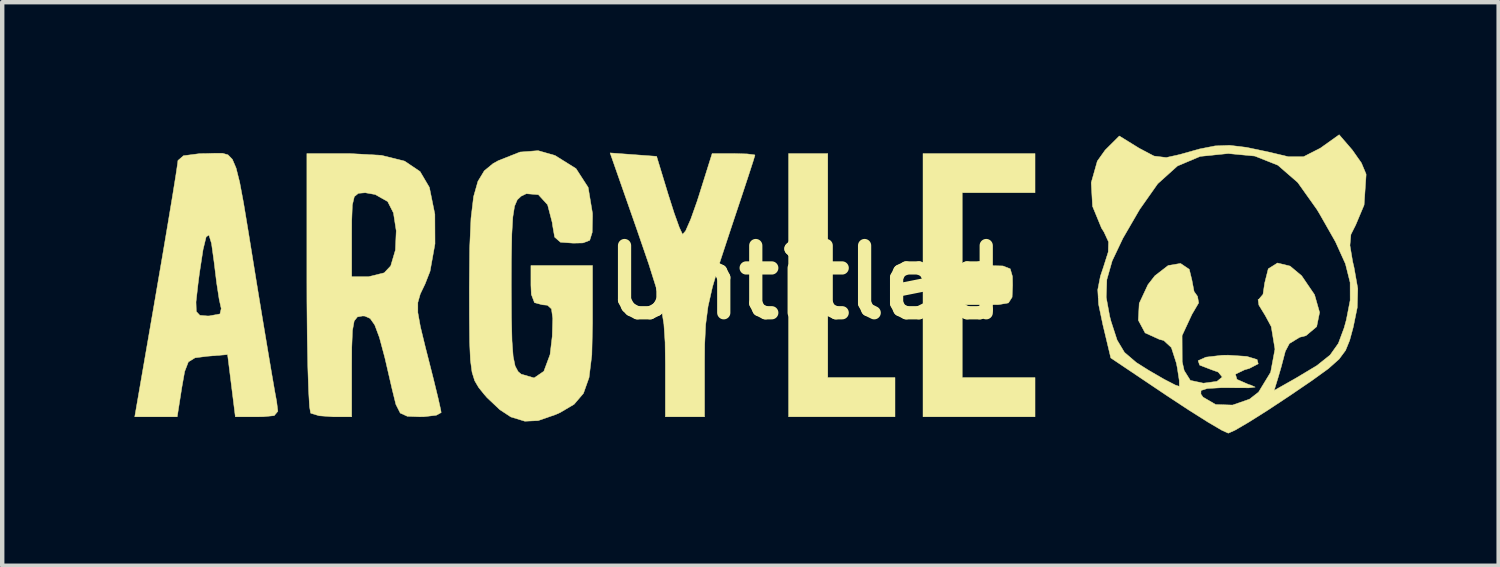
<source format=kicad_pcb>
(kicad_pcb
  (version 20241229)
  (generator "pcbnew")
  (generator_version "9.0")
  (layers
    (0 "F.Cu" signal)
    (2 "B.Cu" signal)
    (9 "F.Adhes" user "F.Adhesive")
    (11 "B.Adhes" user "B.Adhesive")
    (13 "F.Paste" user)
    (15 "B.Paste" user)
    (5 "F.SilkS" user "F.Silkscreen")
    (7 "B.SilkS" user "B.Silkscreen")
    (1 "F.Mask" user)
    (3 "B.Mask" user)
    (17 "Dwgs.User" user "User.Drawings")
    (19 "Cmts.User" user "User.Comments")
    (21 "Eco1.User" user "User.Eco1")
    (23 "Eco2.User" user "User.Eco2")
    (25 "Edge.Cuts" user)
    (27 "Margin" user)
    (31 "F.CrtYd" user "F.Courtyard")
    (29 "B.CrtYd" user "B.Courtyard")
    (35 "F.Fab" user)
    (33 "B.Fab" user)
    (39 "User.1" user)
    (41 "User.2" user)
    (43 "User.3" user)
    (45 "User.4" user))
  (footprint "Untitled"
    (layer "F.Cu")
    (at 15.211 3.352)
    (property "Reference" "Untitled" (at 0 0 0) (layer "F.SilkS") (effects (font (size 1.524 1.524) (thickness 0.3))))
    (attr through_hole)
    (fp_poly (pts (xy 0.508 2.159) (xy 2.032 2.159) (xy 2.032 3.048) (xy -0.381 3.048) (xy -0.381 -2.921) (xy 0.508 -2.921) (xy 0.508 2.159)) (stroke (width 0.01) (type solid)) (fill yes) (layer "F.SilkS"))
    (fp_poly (pts (xy 5.207 -2.032) (xy 3.556 -2.032) (xy 3.556 -0.381) (xy 4.128 -0.381) (xy 4.479 -0.372) (xy 4.645 -0.307) (xy 4.695 -0.134) (xy 4.699 0.064) (xy 4.687 0.337) (xy 4.604 0.466) (xy 4.382 0.505) (xy 4.128 0.508) (xy 3.556 0.508) (xy 3.556 2.159) (xy 5.207 2.159) (xy 5.207 3.048) (xy 2.667 3.048) (xy 2.667 -2.921) (xy 5.207 -2.921) (xy 5.207 -2.032)) (stroke (width 0.01) (type solid)) (fill yes) (layer "F.SilkS"))
    (fp_poly (pts (xy -3.9 -2.896) (xy -3.373 -2.857) (xy -3.115 -2.009) (xy -2.977 -1.576) (xy -2.859 -1.247) (xy -2.786 -1.091) (xy -2.784 -1.089) (xy -2.716 -1.166) (xy -2.598 -1.435) (xy -2.454 -1.841) (xy -2.413 -1.969) (xy -2.114 -2.921) (xy -1.629 -2.921) (xy -1.319 -2.912) (xy -1.152 -2.891) (xy -1.143 -2.884) (xy -1.181 -2.757) (xy -1.286 -2.433) (xy -1.443 -1.957) (xy -1.638 -1.372) (xy -1.714 -1.143) (xy -1.947 -0.435) (xy -2.107 0.105) (xy -2.207 0.546) (xy -2.261 0.958) (xy -2.283 1.411) (xy -2.286 1.804) (xy -2.286 3.048) (xy -3.175 3.048) (xy -3.175 1.848) (xy -3.181 1.357) (xy -3.208 0.95) (xy -3.27 0.561) (xy -3.38 0.128) (xy -3.551 -0.415) (xy -3.797 -1.13) (xy -3.801 -1.143) (xy -4.428 -2.935) (xy -3.9 -2.896)) (stroke (width 0.01) (type solid)) (fill yes) (layer "F.SilkS"))
    (fp_poly (pts (xy -13.216 -2.927) (xy -13.091 -2.891) (xy -12.992 -2.789) (xy -12.908 -2.592) (xy -12.827 -2.271) (xy -12.738 -1.796) (xy -12.629 -1.138) (xy -12.488 -0.267) (xy -12.445 0) (xy -12.319 0.766) (xy -12.202 1.467) (xy -12.103 2.055) (xy -12.029 2.483) (xy -11.989 2.699) (xy -11.961 2.923) (xy -12.044 3.022) (xy -12.298 3.047) (xy -12.421 3.048) (xy -12.925 3.048) (xy -13.101 1.637) (xy -13.567 1.676) (xy -13.839 1.711) (xy -13.99 1.804) (xy -14.074 2.021) (xy -14.138 2.381) (xy -14.243 3.048) (xy -15.206 3.048) (xy -14.756 0.445) (xy -13.817 0.445) (xy -13.81 0.661) (xy -13.73 0.747) (xy -13.556 0.762) (xy -13.521 0.762) (xy -13.273 0.716) (xy -13.245 0.594) (xy -13.291 0.388) (xy -13.349 0.012) (xy -13.406 -0.454) (xy -13.465 -0.881) (xy -13.524 -1.074) (xy -13.587 -1.03) (xy -13.657 -0.743) (xy -13.739 -0.208) (xy -13.771 0.038) (xy -13.817 0.445) (xy -14.756 0.445) (xy -14.718 0.222) (xy -14.577 -0.6) (xy -14.452 -1.342) (xy -14.348 -1.967) (xy -14.273 -2.435) (xy -14.232 -2.71) (xy -14.227 -2.762) (xy -14.102 -2.871) (xy -13.732 -2.919) (xy -13.591 -2.921) (xy -13.379 -2.927) (xy -13.216 -2.927)) (stroke (width 0.01) (type solid)) (fill yes) (layer "F.SilkS"))
    (fp_poly (pts (xy -9.612 -2.88) (xy -9.087 -2.749) (xy -8.737 -2.513) (xy -8.527 -2.157) (xy -8.523 -2.144) (xy -8.401 -1.544) (xy -8.398 -0.874) (xy -8.51 -0.252) (xy -8.623 0.037) (xy -8.732 0.264) (xy -8.787 0.458) (xy -8.787 0.685) (xy -8.729 1.007) (xy -8.611 1.492) (xy -8.562 1.683) (xy -8.431 2.2) (xy -8.328 2.623) (xy -8.268 2.891) (xy -8.258 2.953) (xy -8.368 3.013) (xy -8.647 3.046) (xy -8.743 3.048) (xy -9.025 3.037) (xy -9.186 2.964) (xy -9.285 2.768) (xy -9.379 2.386) (xy -9.382 2.371) (xy -9.536 1.705) (xy -9.658 1.25) (xy -9.764 0.967) (xy -9.868 0.819) (xy -9.988 0.765) (xy -10.039 0.762) (xy -10.157 0.783) (xy -10.23 0.876) (xy -10.269 1.091) (xy -10.285 1.476) (xy -10.287 1.905) (xy -10.287 3.048) (xy -10.71 3.048) (xy -11.024 3.025) (xy -11.213 2.968) (xy -11.218 2.963) (xy -11.243 2.817) (xy -11.264 2.454) (xy -11.282 1.911) (xy -11.295 1.225) (xy -11.302 0.433) (xy -11.303 -0.021) (xy -11.303 -1.079) (xy -10.287 -1.079) (xy -10.287 -0.127) (xy -9.91 -0.127) (xy -9.55 -0.216) (xy -9.402 -0.373) (xy -9.296 -0.732) (xy -9.277 -1.169) (xy -9.34 -1.575) (xy -9.471 -1.832) (xy -9.754 -1.992) (xy -9.979 -2.032) (xy -10.135 -2.019) (xy -10.227 -1.944) (xy -10.272 -1.755) (xy -10.286 -1.397) (xy -10.287 -1.079) (xy -11.303 -1.079) (xy -11.303 -2.921) (xy -10.344 -2.921) (xy -9.612 -2.88)) (stroke (width 0.01) (type solid)) (fill yes) (layer "F.SilkS"))
    (fp_poly (pts (xy -5.677 -2.877) (xy -5.201 -2.58) (xy -4.925 -2.153) (xy -4.827 -1.564) (xy -4.826 -1.496) (xy -4.834 -1.131) (xy -4.89 -0.953) (xy -5.043 -0.894) (xy -5.263 -0.889) (xy -5.554 -0.91) (xy -5.685 -1.025) (xy -5.735 -1.31) (xy -5.739 -1.352) (xy -5.845 -1.759) (xy -6.054 -1.988) (xy -6.328 -2.01) (xy -6.445 -1.954) (xy -6.532 -1.872) (xy -6.594 -1.728) (xy -6.633 -1.482) (xy -6.656 -1.093) (xy -6.666 -0.52) (xy -6.668 0.064) (xy -6.664 0.802) (xy -6.652 1.327) (xy -6.626 1.679) (xy -6.581 1.897) (xy -6.514 2.023) (xy -6.445 2.081) (xy -6.151 2.167) (xy -5.93 2.016) (xy -5.789 1.637) (xy -5.74 1.225) (xy -5.728 0.817) (xy -5.757 0.602) (xy -5.848 0.519) (xy -5.963 0.508) (xy -6.142 0.461) (xy -6.214 0.273) (xy -6.223 0.064) (xy -6.223 -0.381) (xy -4.826 -0.381) (xy -4.826 0.924) (xy -4.842 1.644) (xy -4.905 2.159) (xy -5.032 2.517) (xy -5.244 2.765) (xy -5.56 2.952) (xy -5.664 2.998) (xy -6.059 3.135) (xy -6.36 3.149) (xy -6.678 3.052) (xy -6.929 2.887) (xy -7.219 2.613) (xy -7.281 2.542) (xy -7.408 2.384) (xy -7.498 2.231) (xy -7.558 2.038) (xy -7.595 1.761) (xy -7.613 1.357) (xy -7.619 0.78) (xy -7.62 0.111) (xy -7.612 -0.779) (xy -7.582 -1.452) (xy -7.523 -1.944) (xy -7.425 -2.29) (xy -7.281 -2.529) (xy -7.081 -2.694) (xy -6.964 -2.759) (xy -6.469 -2.955) (xy -6.059 -2.986) (xy -5.677 -2.877)) (stroke (width 0.01) (type solid)) (fill yes) (layer "F.SilkS"))
    (fp_poly (pts (xy 12.402 -3) (xy 12.607 -2.708) (xy 12.712 -2.458) (xy 12.714 -2.438) (xy 12.668 -1.754) (xy 12.479 -1.304) (xy 12.369 -1.085) (xy 12.347 -0.838) (xy 12.409 -0.469) (xy 12.439 -0.343) (xy 12.525 0.142) (xy 12.513 0.571) (xy 12.422 1.016) (xy 12.341 1.315) (xy 12.248 1.543) (xy 12.1 1.742) (xy 11.859 1.956) (xy 11.484 2.227) (xy 10.982 2.569) (xy 10.48 2.901) (xy 10.05 3.172) (xy 9.738 3.354) (xy 9.588 3.42) (xy 9.439 3.352) (xy 9.126 3.168) (xy 8.695 2.896) (xy 8.193 2.566) (xy 6.925 1.714) (xy 6.744 0.956) (xy 6.648 0.496) (xy 6.639 0.339) (xy 6.821 0.339) (xy 6.9 0.77) (xy 6.93 0.884) (xy 7.068 1.309) (xy 7.235 1.588) (xy 7.504 1.818) (xy 7.788 1.997) (xy 8.139 2.2) (xy 8.391 2.33) (xy 8.479 2.358) (xy 8.477 2.225) (xy 8.432 1.935) (xy 8.411 1.829) (xy 8.298 1.478) (xy 8.125 1.318) (xy 8.027 1.293) (xy 7.703 1.146) (xy 7.549 0.858) (xy 7.569 0.477) (xy 7.767 0.053) (xy 7.925 -0.15) (xy 8.226 -0.382) (xy 8.506 -0.429) (xy 8.704 -0.296) (xy 8.763 -0.056) (xy 8.813 0.207) (xy 8.892 0.319) (xy 8.917 0.466) (xy 8.765 0.725) (xy 8.541 1.207) (xy 8.544 1.8) (xy 8.589 2) (xy 8.729 2.223) (xy 9.024 2.286) (xy 9.332 2.245) (xy 9.452 2.147) (xy 9.361 2.035) (xy 9.207 1.98) (xy 8.94 1.877) (xy 8.905 1.776) (xy 9.082 1.696) (xy 9.45 1.653) (xy 9.588 1.651) (xy 10.009 1.679) (xy 10.242 1.75) (xy 10.268 1.847) (xy 10.066 1.952) (xy 9.96 1.982) (xy 9.751 2.082) (xy 9.785 2.2) (xy 10.055 2.318) (xy 10.097 2.329) (xy 10.199 2.375) (xy 10.052 2.392) (xy 9.97 2.391) (xy 9.433 2.389) (xy 9.113 2.407) (xy 8.97 2.452) (xy 8.968 2.534) (xy 9.017 2.603) (xy 9.303 2.77) (xy 9.686 2.782) (xy 10.071 2.648) (xy 10.275 2.489) (xy 10.549 2.039) (xy 10.647 1.514) (xy 10.563 1.004) (xy 10.428 0.754) (xy 10.282 0.515) (xy 10.264 0.388) (xy 10.283 0.381) (xy 10.376 0.271) (xy 10.414 0.015) (xy 10.495 -0.307) (xy 10.704 -0.439) (xy 10.99 -0.369) (xy 11.252 -0.15) (xy 11.545 0.281) (xy 11.659 0.681) (xy 11.593 1.005) (xy 11.35 1.209) (xy 11.208 1.245) (xy 10.974 1.388) (xy 10.882 1.563) (xy 10.789 1.917) (xy 10.722 2.147) (xy 10.628 2.452) (xy 11.124 2.171) (xy 11.596 1.888) (xy 11.897 1.648) (xy 12.084 1.385) (xy 12.215 1.033) (xy 12.265 0.852) (xy 12.352 0.407) (xy 12.351 0.002) (xy 12.245 -0.42) (xy 12.019 -0.92) (xy 11.657 -1.556) (xy 11.597 -1.655) (xy 11.164 -2.264) (xy 10.713 -2.656) (xy 10.192 -2.863) (xy 9.588 -2.921) (xy 8.952 -2.856) (xy 8.437 -2.639) (xy 7.989 -2.236) (xy 7.58 -1.655) (xy 7.199 -0.999) (xy 6.956 -0.487) (xy 6.835 -0.061) (xy 6.821 0.339) (xy 6.639 0.339) (xy 6.629 0.168) (xy 6.689 -0.139) (xy 6.756 -0.339) (xy 6.867 -0.689) (xy 6.874 -0.918) (xy 6.771 -1.141) (xy 6.714 -1.231) (xy 6.511 -1.724) (xy 6.481 -2.26) (xy 6.619 -2.749) (xy 6.797 -2.999) (xy 7.118 -3.319) (xy 7.57 -3.04) (xy 7.904 -2.864) (xy 8.182 -2.83) (xy 8.488 -2.898) (xy 8.936 -3.024) (xy 9.289 -3.094) (xy 9.619 -3.107) (xy 10 -3.061) (xy 10.504 -2.955) (xy 10.947 -2.85) (xy 11.297 -2.85) (xy 11.68 -3.045) (xy 11.696 -3.057) (xy 12.103 -3.347) (xy 12.402 -3)) (stroke (width 0.01) (type solid)) (fill yes) (layer "F.SilkS")))
  (gr_rect
    (start -3 -3)
    (end 30.93 9.777)
    (stroke (width 0.1) (type default))
    (fill no)
    (layer "Edge.Cuts")))
</source>
